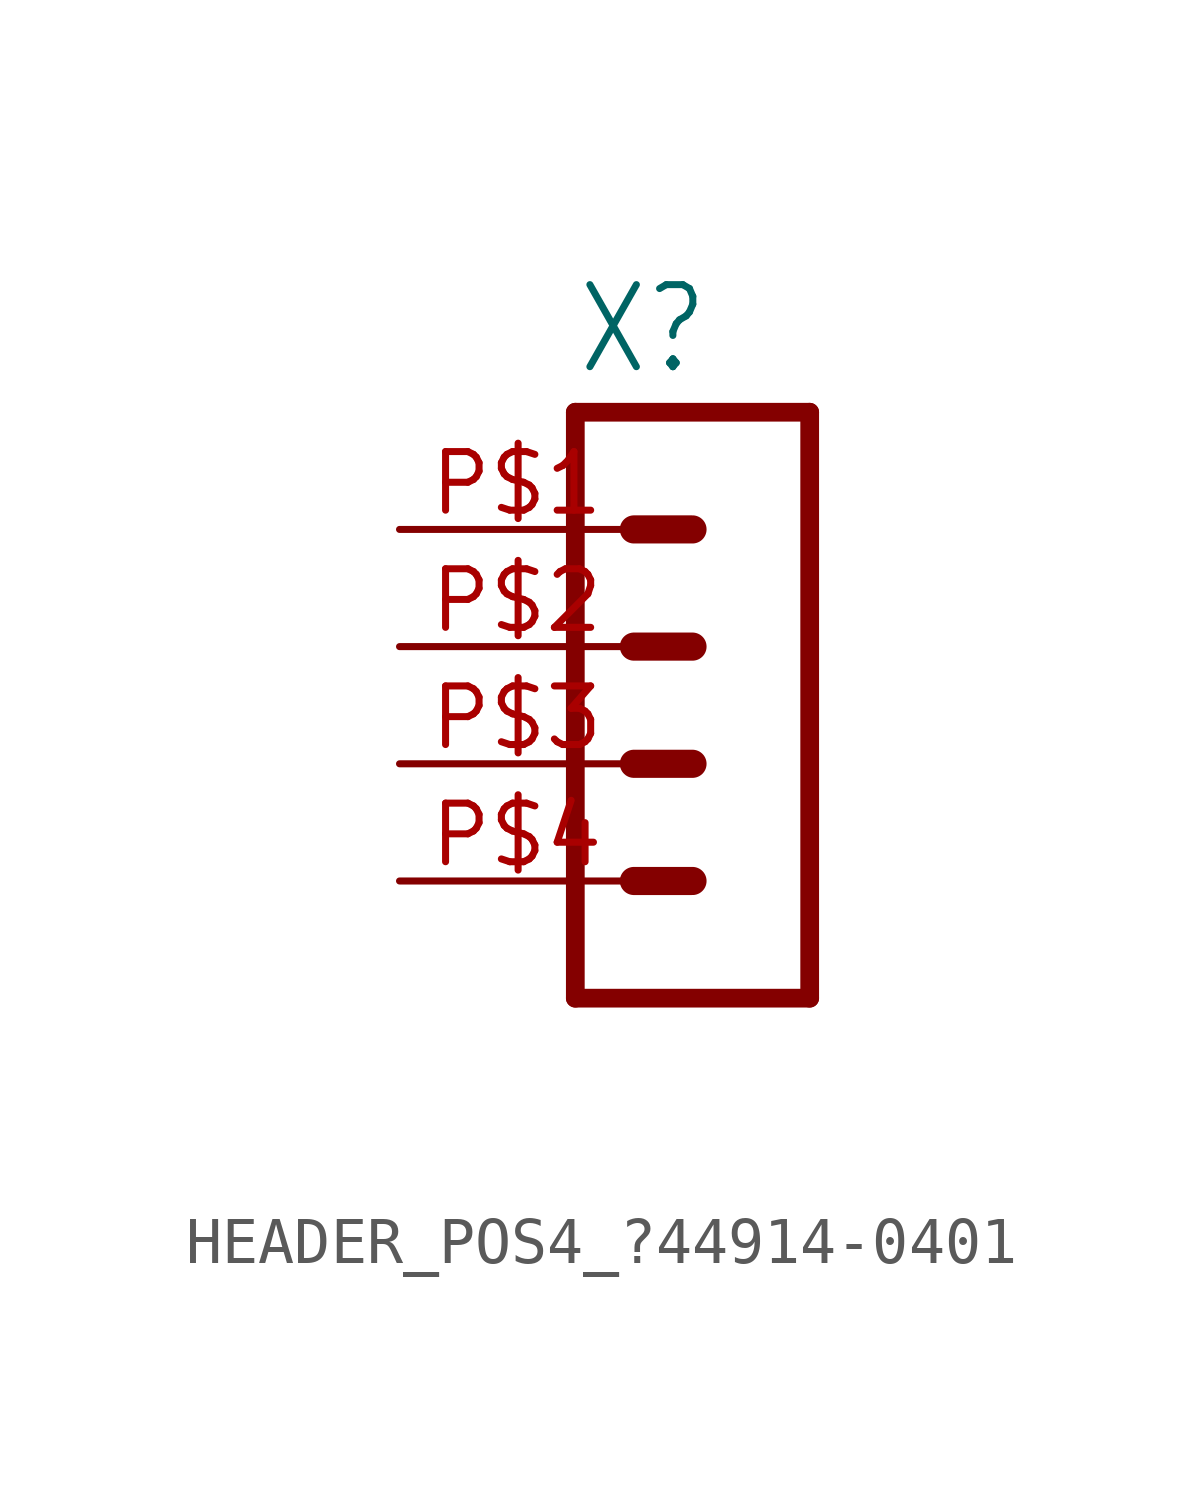
<source format=kicad_sym>
(kicad_symbol_lib
  (version 20231120)
  (generator "kicad_symbol_editor")
  (generator_version "8.0")
  (symbol "HEADER_POS4_?44914-0401"
    (property "Reference" "X"
      (at -1.27 8.382 0)
      (effects (font (size 1.778 1.511)) (justify left bottom)))
    (property "Value" ""
      (at -1.27 -7.62 0)
      (effects (font (size 1.778 1.511)) (justify left bottom)))
    (property "ki_locked" ""
      (at 0 0 0)
      (effects (font (size 1.27 1.27))))
    (symbol "HEADER_POS4_?44914-0401_1_0"
      (polyline (pts (xy -1.27 7.62) (xy -1.27 -5.08)) (stroke (width 0.406) (type solid)) (fill (type none)))
      (polyline (pts (xy -1.27 7.62) (xy 3.81 7.62)) (stroke (width 0.406) (type solid)) (fill (type none)))
      (polyline (pts (xy 0 -2.54) (xy 1.27 -2.54)) (stroke (width 0.61) (type solid)) (fill (type none)))
      (polyline (pts (xy 0 0) (xy 1.27 0)) (stroke (width 0.61) (type solid)) (fill (type none)))
      (polyline (pts (xy 0 2.54) (xy 1.27 2.54)) (stroke (width 0.61) (type solid)) (fill (type none)))
      (polyline (pts (xy 0 5.08) (xy 1.27 5.08)) (stroke (width 0.61) (type solid)) (fill (type none)))
      (polyline (pts (xy 3.81 -5.08) (xy -1.27 -5.08)) (stroke (width 0.406) (type solid)) (fill (type none)))
      (polyline (pts (xy 3.81 -5.08) (xy 3.81 7.62)) (stroke (width 0.406) (type solid)) (fill (type none)))
      (pin passive line (at -5.08 5.08 0) (length 5.08) (name "1" (effects (font (size 0 0)))) (number "P$1" (effects (font (size 1.27 1.27)))))
      (pin passive line (at -5.08 2.54 0) (length 5.08) (name "2" (effects (font (size 0 0)))) (number "P$2" (effects (font (size 1.27 1.27)))))
      (pin passive line (at -5.08 0 0) (length 5.08) (name "3" (effects (font (size 0 0)))) (number "P$3" (effects (font (size 1.27 1.27)))))
      (pin passive line (at -5.08 -2.54 0) (length 5.08) (name "4" (effects (font (size 0 0)))) (number "P$4" (effects (font (size 1.27 1.27))))))))
</source>
